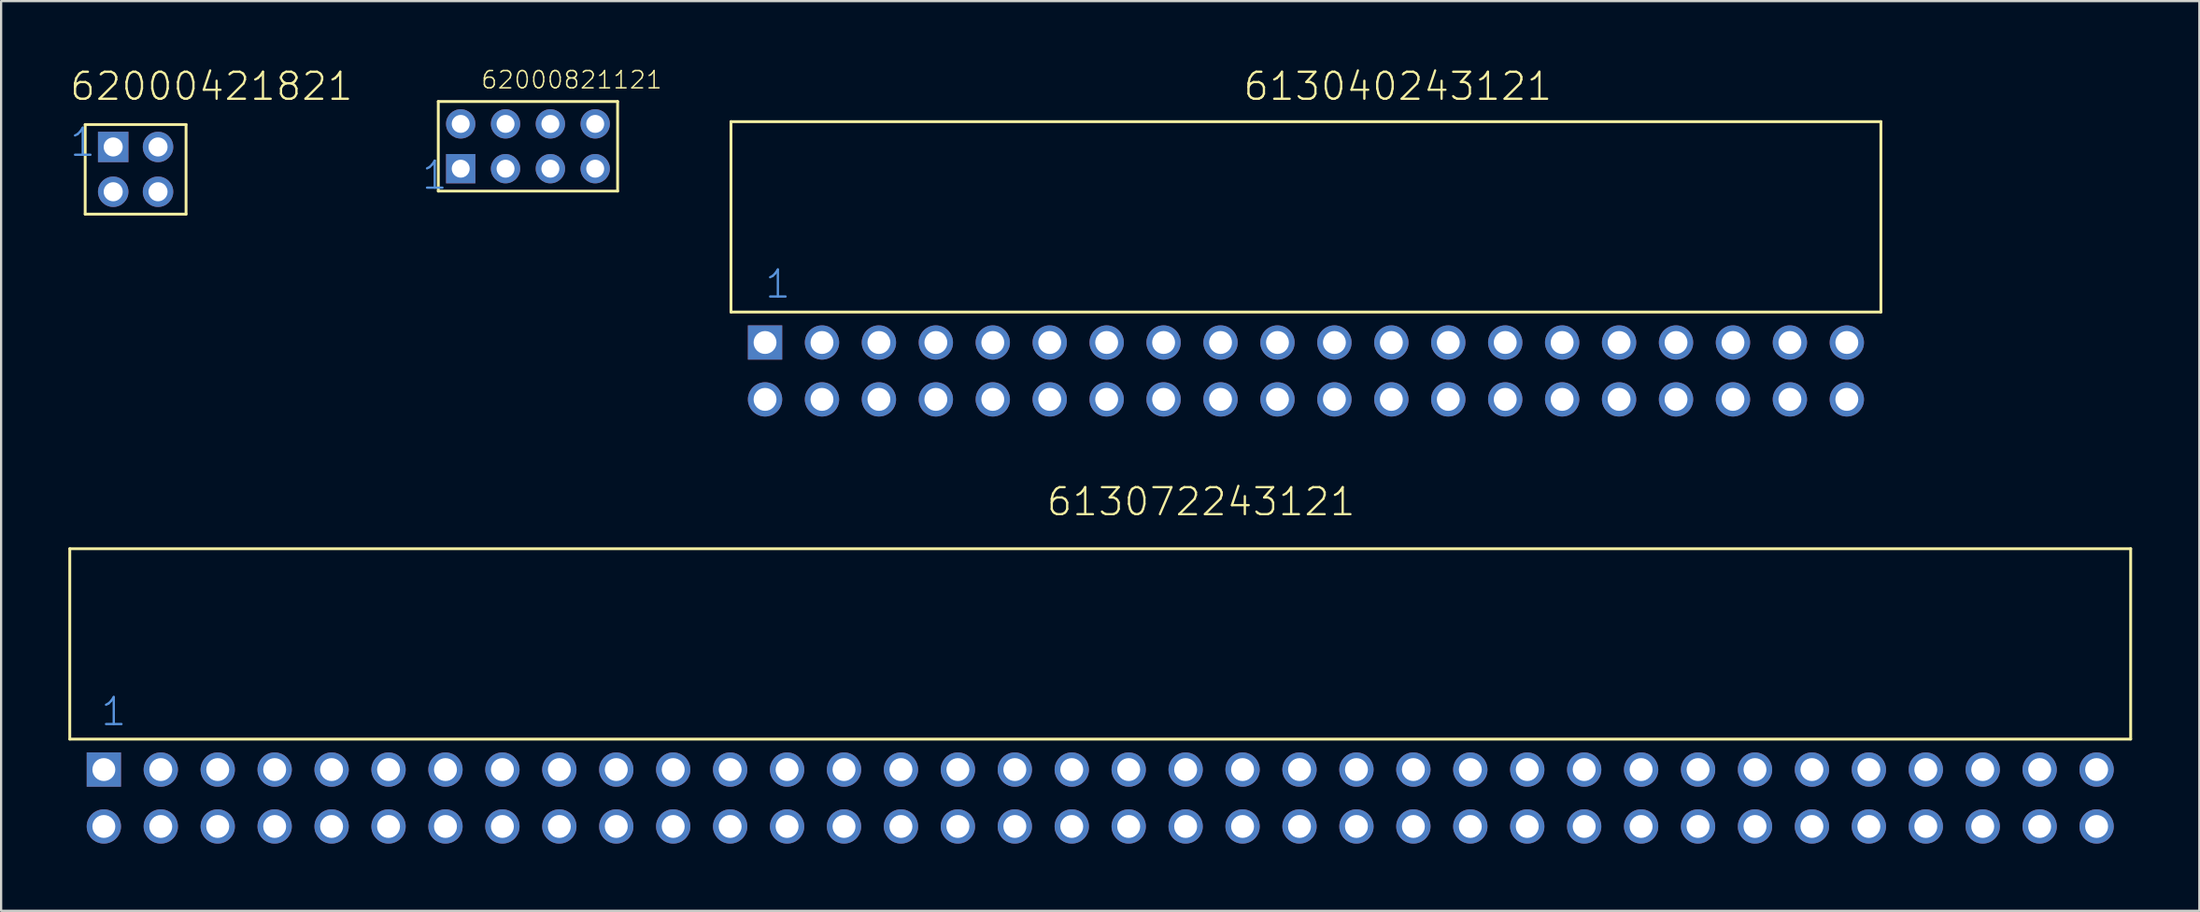
<source format=kicad_pcb>
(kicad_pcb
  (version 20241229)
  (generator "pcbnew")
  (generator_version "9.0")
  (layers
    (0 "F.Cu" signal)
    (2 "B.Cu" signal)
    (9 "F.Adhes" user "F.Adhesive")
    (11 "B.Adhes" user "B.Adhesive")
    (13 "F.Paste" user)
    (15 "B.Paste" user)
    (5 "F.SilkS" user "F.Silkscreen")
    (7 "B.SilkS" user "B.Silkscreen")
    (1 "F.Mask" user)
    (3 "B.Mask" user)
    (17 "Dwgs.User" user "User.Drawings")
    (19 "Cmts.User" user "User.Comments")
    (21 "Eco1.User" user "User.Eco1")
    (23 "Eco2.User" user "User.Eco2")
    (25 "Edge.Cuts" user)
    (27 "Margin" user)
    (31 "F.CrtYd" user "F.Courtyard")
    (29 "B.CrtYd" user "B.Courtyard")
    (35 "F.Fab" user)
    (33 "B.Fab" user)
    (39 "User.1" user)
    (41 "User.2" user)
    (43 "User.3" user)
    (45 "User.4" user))
  (footprint "613040243121"
    (layer "F.Cu")
    (at 55.21 12.241)
    (property "Reference" "613040243121" (at -2.86 -10.73 0) (layer "F.SilkS") (effects (font (size 1.206 1.206) (thickness 0.102)) (justify left bottom)))
    (attr through_hole)
    (fp_line (start -25.65 -9.86) (end -25.65 -1.36) (stroke (width 0.127) (type solid)) (layer "F.SilkS"))
    (fp_line (start -25.65 -9.86) (end 25.65 -9.86) (stroke (width 0.127) (type solid)) (layer "F.SilkS"))
    (fp_line (start -25.65 -1.36) (end 25.65 -1.36) (stroke (width 0.127) (type solid)) (layer "F.SilkS"))
    (fp_line (start 25.65 -1.36) (end 25.65 -9.86) (stroke (width 0.127) (type solid)) (layer "F.SilkS"))
    (fp_text user "1" (at -24.2 -1.9 0) (layer "Cmts.User") (effects (font (size 1.206 1.206) (thickness 0.102)) (justify left bottom)))
    (pad "1" thru_hole rect (at -24.13 0) (size 1.53 1.53) (drill 1.02) (layers "*.Cu" "*.Mask"))
    (pad "2" thru_hole circle (at -21.59 0) (size 1.53 1.53) (drill 1.02) (layers "*.Cu" "*.Mask"))
    (pad "3" thru_hole circle (at -19.05 0) (size 1.53 1.53) (drill 1.02) (layers "*.Cu" "*.Mask"))
    (pad "4" thru_hole circle (at -16.51 0) (size 1.53 1.53) (drill 1.02) (layers "*.Cu" "*.Mask"))
    (pad "5" thru_hole circle (at -13.97 0) (size 1.53 1.53) (drill 1.02) (layers "*.Cu" "*.Mask"))
    (pad "6" thru_hole circle (at -11.43 0) (size 1.53 1.53) (drill 1.02) (layers "*.Cu" "*.Mask"))
    (pad "7" thru_hole circle (at -8.89 0) (size 1.53 1.53) (drill 1.02) (layers "*.Cu" "*.Mask"))
    (pad "8" thru_hole circle (at -6.35 0) (size 1.53 1.53) (drill 1.02) (layers "*.Cu" "*.Mask"))
    (pad "9" thru_hole circle (at -3.81 0) (size 1.53 1.53) (drill 1.02) (layers "*.Cu" "*.Mask"))
    (pad "10" thru_hole circle (at -1.27 0) (size 1.53 1.53) (drill 1.02) (layers "*.Cu" "*.Mask"))
    (pad "11" thru_hole circle (at 1.27 0) (size 1.53 1.53) (drill 1.02) (layers "*.Cu" "*.Mask"))
    (pad "12" thru_hole circle (at 3.81 0) (size 1.53 1.53) (drill 1.02) (layers "*.Cu" "*.Mask"))
    (pad "13" thru_hole circle (at 6.35 0) (size 1.53 1.53) (drill 1.02) (layers "*.Cu" "*.Mask"))
    (pad "14" thru_hole circle (at 8.89 0) (size 1.53 1.53) (drill 1.02) (layers "*.Cu" "*.Mask"))
    (pad "15" thru_hole circle (at 11.43 0) (size 1.53 1.53) (drill 1.02) (layers "*.Cu" "*.Mask"))
    (pad "16" thru_hole circle (at 13.97 0) (size 1.53 1.53) (drill 1.02) (layers "*.Cu" "*.Mask"))
    (pad "17" thru_hole circle (at 16.51 0) (size 1.53 1.53) (drill 1.02) (layers "*.Cu" "*.Mask"))
    (pad "18" thru_hole circle (at 19.05 0) (size 1.53 1.53) (drill 1.02) (layers "*.Cu" "*.Mask"))
    (pad "19" thru_hole circle (at 21.59 0) (size 1.53 1.53) (drill 1.02) (layers "*.Cu" "*.Mask"))
    (pad "20" thru_hole circle (at 24.13 0) (size 1.53 1.53) (drill 1.02) (layers "*.Cu" "*.Mask"))
    (pad "21" thru_hole circle (at 24.13 2.54) (size 1.53 1.53) (drill 1.02) (layers "*.Cu" "*.Mask"))
    (pad "22" thru_hole circle (at 21.59 2.54) (size 1.53 1.53) (drill 1.02) (layers "*.Cu" "*.Mask"))
    (pad "23" thru_hole circle (at 19.05 2.54) (size 1.53 1.53) (drill 1.02) (layers "*.Cu" "*.Mask"))
    (pad "24" thru_hole circle (at 16.51 2.54) (size 1.53 1.53) (drill 1.02) (layers "*.Cu" "*.Mask"))
    (pad "25" thru_hole circle (at 13.97 2.54) (size 1.53 1.53) (drill 1.02) (layers "*.Cu" "*.Mask"))
    (pad "26" thru_hole circle (at 11.43 2.54) (size 1.53 1.53) (drill 1.02) (layers "*.Cu" "*.Mask"))
    (pad "27" thru_hole circle (at 8.89 2.54) (size 1.53 1.53) (drill 1.02) (layers "*.Cu" "*.Mask"))
    (pad "28" thru_hole circle (at 6.35 2.54) (size 1.53 1.53) (drill 1.02) (layers "*.Cu" "*.Mask"))
    (pad "29" thru_hole circle (at 3.81 2.54) (size 1.53 1.53) (drill 1.02) (layers "*.Cu" "*.Mask"))
    (pad "30" thru_hole circle (at 1.27 2.54) (size 1.53 1.53) (drill 1.02) (layers "*.Cu" "*.Mask"))
    (pad "31" thru_hole circle (at -1.27 2.54) (size 1.53 1.53) (drill 1.02) (layers "*.Cu" "*.Mask"))
    (pad "32" thru_hole circle (at -3.81 2.54) (size 1.53 1.53) (drill 1.02) (layers "*.Cu" "*.Mask"))
    (pad "33" thru_hole circle (at -6.35 2.54) (size 1.53 1.53) (drill 1.02) (layers "*.Cu" "*.Mask"))
    (pad "34" thru_hole circle (at -8.89 2.54) (size 1.53 1.53) (drill 1.02) (layers "*.Cu" "*.Mask"))
    (pad "35" thru_hole circle (at -11.43 2.54) (size 1.53 1.53) (drill 1.02) (layers "*.Cu" "*.Mask"))
    (pad "36" thru_hole circle (at -13.97 2.54) (size 1.53 1.53) (drill 1.02) (layers "*.Cu" "*.Mask"))
    (pad "37" thru_hole circle (at -16.51 2.54) (size 1.53 1.53) (drill 1.02) (layers "*.Cu" "*.Mask"))
    (pad "38" thru_hole circle (at -19.05 2.54) (size 1.53 1.53) (drill 1.02) (layers "*.Cu" "*.Mask"))
    (pad "39" thru_hole circle (at -21.59 2.54) (size 1.53 1.53) (drill 1.02) (layers "*.Cu" "*.Mask"))
    (pad "40" thru_hole circle (at -24.13 2.54) (size 1.53 1.53) (drill 1.02) (layers "*.Cu" "*.Mask")))
  (footprint "62000421821"
    (layer "F.Cu")
    (at 3 4.511)
    (property "Reference" "62000421821" (at -3 -3 0) (layer "F.SilkS") (effects (font (size 1.206 1.206) (thickness 0.102)) (justify left bottom)))
    (attr through_hole)
    (fp_line (start -2.25 -2) (end -2.25 2) (stroke (width 0.127) (type solid)) (layer "F.SilkS"))
    (fp_line (start -2.25 2) (end 2.25 2) (stroke (width 0.127) (type solid)) (layer "F.SilkS"))
    (fp_line (start 2.25 -2) (end -2.25 -2) (stroke (width 0.127) (type solid)) (layer "F.SilkS"))
    (fp_line (start 2.25 2) (end 2.25 -2) (stroke (width 0.127) (type solid)) (layer "F.SilkS"))
    (fp_text user "1" (at -3 -0.5 0) (layer "Cmts.User") (effects (font (size 1.206 1.206) (thickness 0.102)) (justify left bottom)))
    (pad "1" thru_hole rect (at -1 -1) (size 1.358 1.358) (drill 0.85) (layers "*.Cu" "*.Mask"))
    (pad "2" thru_hole circle (at 1 -1) (size 1.358 1.358) (drill 0.85) (layers "*.Cu" "*.Mask"))
    (pad "3" thru_hole circle (at 1 1) (size 1.358 1.358) (drill 0.85) (layers "*.Cu" "*.Mask"))
    (pad "4" thru_hole circle (at -1 1) (size 1.358 1.358) (drill 0.85) (layers "*.Cu" "*.Mask")))
  (footprint "62000821121"
    (layer "F.Cu")
    (at 20.503 3.481)
    (property "Reference" "62000821121" (at -2.136 -2.513 0) (layer "F.SilkS") (effects (font (size 0.772 0.772) (thickness 0.065)) (justify left bottom)))
    (attr through_hole)
    (fp_line (start -4 -2) (end -4 2) (stroke (width 0.127) (type solid)) (layer "F.SilkS"))
    (fp_line (start -4 2) (end 4 2) (stroke (width 0.127) (type solid)) (layer "F.SilkS"))
    (fp_line (start 4 -2) (end -4 -2) (stroke (width 0.127) (type solid)) (layer "F.SilkS"))
    (fp_line (start 4 2) (end 4 -2) (stroke (width 0.127) (type solid)) (layer "F.SilkS"))
    (fp_text user "1" (at -4.8 2 0) (layer "Cmts.User") (effects (font (size 1.206 1.206) (thickness 0.102)) (justify left bottom)))
    (pad "1" thru_hole rect (at -3 1) (size 1.308 1.308) (drill 0.8) (layers "*.Cu" "*.Mask"))
    (pad "2" thru_hole circle (at -1 1) (size 1.308 1.308) (drill 0.8) (layers "*.Cu" "*.Mask"))
    (pad "3" thru_hole circle (at 1 1) (size 1.308 1.308) (drill 0.8) (layers "*.Cu" "*.Mask"))
    (pad "4" thru_hole circle (at 3 1) (size 1.308 1.308) (drill 0.8) (layers "*.Cu" "*.Mask"))
    (pad "5" thru_hole circle (at 3 -1) (size 1.308 1.308) (drill 0.8) (layers "*.Cu" "*.Mask"))
    (pad "6" thru_hole circle (at 1 -1) (size 1.308 1.308) (drill 0.8) (layers "*.Cu" "*.Mask"))
    (pad "7" thru_hole circle (at -1 -1) (size 1.308 1.308) (drill 0.8) (layers "*.Cu" "*.Mask"))
    (pad "8" thru_hole circle (at -3 -1) (size 1.308 1.308) (drill 0.8) (layers "*.Cu" "*.Mask")))
  (footprint "613072243121"
    (layer "F.Cu")
    (at 46.033 31.308)
    (property "Reference" "613072243121" (at -2.46 -11.25 0) (layer "F.SilkS") (effects (font (size 1.206 1.206) (thickness 0.102)) (justify left bottom)))
    (attr through_hole)
    (fp_line (start -45.97 -9.86) (end -45.97 -1.36) (stroke (width 0.127) (type solid)) (layer "F.SilkS"))
    (fp_line (start -45.97 -9.86) (end 45.97 -9.86) (stroke (width 0.127) (type solid)) (layer "F.SilkS"))
    (fp_line (start -45.97 -1.36) (end 45.97 -1.36) (stroke (width 0.127) (type solid)) (layer "F.SilkS"))
    (fp_line (start 45.97 -1.36) (end 45.97 -9.86) (stroke (width 0.127) (type solid)) (layer "F.SilkS"))
    (fp_text user "1" (at -44.65 -1.88 0) (layer "Cmts.User") (effects (font (size 1.206 1.206) (thickness 0.102)) (justify left bottom)))
    (pad "1" thru_hole rect (at -44.45 0) (size 1.53 1.53) (drill 1.02) (layers "*.Cu" "*.Mask"))
    (pad "2" thru_hole circle (at -41.91 0) (size 1.53 1.53) (drill 1.02) (layers "*.Cu" "*.Mask"))
    (pad "3" thru_hole circle (at -39.37 0) (size 1.53 1.53) (drill 1.02) (layers "*.Cu" "*.Mask"))
    (pad "4" thru_hole circle (at -36.83 0) (size 1.53 1.53) (drill 1.02) (layers "*.Cu" "*.Mask"))
    (pad "5" thru_hole circle (at -34.29 0) (size 1.53 1.53) (drill 1.02) (layers "*.Cu" "*.Mask"))
    (pad "6" thru_hole circle (at -31.75 0) (size 1.53 1.53) (drill 1.02) (layers "*.Cu" "*.Mask"))
    (pad "7" thru_hole circle (at -29.21 0) (size 1.53 1.53) (drill 1.02) (layers "*.Cu" "*.Mask"))
    (pad "8" thru_hole circle (at -26.67 0) (size 1.53 1.53) (drill 1.02) (layers "*.Cu" "*.Mask"))
    (pad "9" thru_hole circle (at -24.13 0) (size 1.53 1.53) (drill 1.02) (layers "*.Cu" "*.Mask"))
    (pad "10" thru_hole circle (at -21.59 0) (size 1.53 1.53) (drill 1.02) (layers "*.Cu" "*.Mask"))
    (pad "11" thru_hole circle (at -19.05 0) (size 1.53 1.53) (drill 1.02) (layers "*.Cu" "*.Mask"))
    (pad "12" thru_hole circle (at -16.51 0) (size 1.53 1.53) (drill 1.02) (layers "*.Cu" "*.Mask"))
    (pad "13" thru_hole circle (at -13.97 0) (size 1.53 1.53) (drill 1.02) (layers "*.Cu" "*.Mask"))
    (pad "14" thru_hole circle (at -11.43 0) (size 1.53 1.53) (drill 1.02) (layers "*.Cu" "*.Mask"))
    (pad "15" thru_hole circle (at -8.89 0) (size 1.53 1.53) (drill 1.02) (layers "*.Cu" "*.Mask"))
    (pad "16" thru_hole circle (at -6.35 0) (size 1.53 1.53) (drill 1.02) (layers "*.Cu" "*.Mask"))
    (pad "17" thru_hole circle (at -3.81 0) (size 1.53 1.53) (drill 1.02) (layers "*.Cu" "*.Mask"))
    (pad "18" thru_hole circle (at -1.27 0) (size 1.53 1.53) (drill 1.02) (layers "*.Cu" "*.Mask"))
    (pad "19" thru_hole circle (at 1.27 0) (size 1.53 1.53) (drill 1.02) (layers "*.Cu" "*.Mask"))
    (pad "20" thru_hole circle (at 3.81 0) (size 1.53 1.53) (drill 1.02) (layers "*.Cu" "*.Mask"))
    (pad "21" thru_hole circle (at 6.35 0) (size 1.53 1.53) (drill 1.02) (layers "*.Cu" "*.Mask"))
    (pad "22" thru_hole circle (at 8.89 0) (size 1.53 1.53) (drill 1.02) (layers "*.Cu" "*.Mask"))
    (pad "23" thru_hole circle (at 11.43 0) (size 1.53 1.53) (drill 1.02) (layers "*.Cu" "*.Mask"))
    (pad "24" thru_hole circle (at 13.97 0) (size 1.53 1.53) (drill 1.02) (layers "*.Cu" "*.Mask"))
    (pad "25" thru_hole circle (at 16.51 0) (size 1.53 1.53) (drill 1.02) (layers "*.Cu" "*.Mask"))
    (pad "26" thru_hole circle (at 19.05 0) (size 1.53 1.53) (drill 1.02) (layers "*.Cu" "*.Mask"))
    (pad "27" thru_hole circle (at 21.59 0) (size 1.53 1.53) (drill 1.02) (layers "*.Cu" "*.Mask"))
    (pad "28" thru_hole circle (at 24.13 0) (size 1.53 1.53) (drill 1.02) (layers "*.Cu" "*.Mask"))
    (pad "29" thru_hole circle (at 26.67 0) (size 1.53 1.53) (drill 1.02) (layers "*.Cu" "*.Mask"))
    (pad "30" thru_hole circle (at 29.21 0) (size 1.53 1.53) (drill 1.02) (layers "*.Cu" "*.Mask"))
    (pad "31" thru_hole circle (at 31.75 0) (size 1.53 1.53) (drill 1.02) (layers "*.Cu" "*.Mask"))
    (pad "32" thru_hole circle (at 34.29 0) (size 1.53 1.53) (drill 1.02) (layers "*.Cu" "*.Mask"))
    (pad "33" thru_hole circle (at 36.83 0) (size 1.53 1.53) (drill 1.02) (layers "*.Cu" "*.Mask"))
    (pad "34" thru_hole circle (at 39.37 0) (size 1.53 1.53) (drill 1.02) (layers "*.Cu" "*.Mask"))
    (pad "35" thru_hole circle (at 41.91 0) (size 1.53 1.53) (drill 1.02) (layers "*.Cu" "*.Mask"))
    (pad "36" thru_hole circle (at 44.45 0) (size 1.53 1.53) (drill 1.02) (layers "*.Cu" "*.Mask"))
    (pad "37" thru_hole circle (at 44.45 2.54) (size 1.53 1.53) (drill 1.02) (layers "*.Cu" "*.Mask"))
    (pad "38" thru_hole circle (at 41.91 2.54) (size 1.53 1.53) (drill 1.02) (layers "*.Cu" "*.Mask"))
    (pad "39" thru_hole circle (at 39.37 2.54) (size 1.53 1.53) (drill 1.02) (layers "*.Cu" "*.Mask"))
    (pad "40" thru_hole circle (at 36.83 2.54) (size 1.53 1.53) (drill 1.02) (layers "*.Cu" "*.Mask"))
    (pad "41" thru_hole circle (at 34.29 2.54) (size 1.53 1.53) (drill 1.02) (layers "*.Cu" "*.Mask"))
    (pad "42" thru_hole circle (at 31.75 2.54) (size 1.53 1.53) (drill 1.02) (layers "*.Cu" "*.Mask"))
    (pad "43" thru_hole circle (at 29.21 2.54) (size 1.53 1.53) (drill 1.02) (layers "*.Cu" "*.Mask"))
    (pad "44" thru_hole circle (at 26.67 2.54) (size 1.53 1.53) (drill 1.02) (layers "*.Cu" "*.Mask"))
    (pad "45" thru_hole circle (at 24.13 2.54) (size 1.53 1.53) (drill 1.02) (layers "*.Cu" "*.Mask"))
    (pad "46" thru_hole circle (at 21.59 2.54) (size 1.53 1.53) (drill 1.02) (layers "*.Cu" "*.Mask"))
    (pad "47" thru_hole circle (at 19.05 2.54) (size 1.53 1.53) (drill 1.02) (layers "*.Cu" "*.Mask"))
    (pad "48" thru_hole circle (at 16.51 2.54) (size 1.53 1.53) (drill 1.02) (layers "*.Cu" "*.Mask"))
    (pad "49" thru_hole circle (at 13.97 2.54) (size 1.53 1.53) (drill 1.02) (layers "*.Cu" "*.Mask"))
    (pad "50" thru_hole circle (at 11.43 2.54) (size 1.53 1.53) (drill 1.02) (layers "*.Cu" "*.Mask"))
    (pad "51" thru_hole circle (at 8.89 2.54) (size 1.53 1.53) (drill 1.02) (layers "*.Cu" "*.Mask"))
    (pad "52" thru_hole circle (at 6.35 2.54) (size 1.53 1.53) (drill 1.02) (layers "*.Cu" "*.Mask"))
    (pad "53" thru_hole circle (at 3.81 2.54) (size 1.53 1.53) (drill 1.02) (layers "*.Cu" "*.Mask"))
    (pad "54" thru_hole circle (at 1.27 2.54) (size 1.53 1.53) (drill 1.02) (layers "*.Cu" "*.Mask"))
    (pad "55" thru_hole circle (at -1.27 2.54) (size 1.53 1.53) (drill 1.02) (layers "*.Cu" "*.Mask"))
    (pad "56" thru_hole circle (at -3.81 2.54) (size 1.53 1.53) (drill 1.02) (layers "*.Cu" "*.Mask"))
    (pad "57" thru_hole circle (at -6.35 2.54) (size 1.53 1.53) (drill 1.02) (layers "*.Cu" "*.Mask"))
    (pad "58" thru_hole circle (at -8.89 2.54) (size 1.53 1.53) (drill 1.02) (layers "*.Cu" "*.Mask"))
    (pad "59" thru_hole circle (at -11.43 2.54) (size 1.53 1.53) (drill 1.02) (layers "*.Cu" "*.Mask"))
    (pad "60" thru_hole circle (at -13.97 2.54) (size 1.53 1.53) (drill 1.02) (layers "*.Cu" "*.Mask"))
    (pad "61" thru_hole circle (at -16.51 2.54) (size 1.53 1.53) (drill 1.02) (layers "*.Cu" "*.Mask"))
    (pad "62" thru_hole circle (at -19.05 2.54) (size 1.53 1.53) (drill 1.02) (layers "*.Cu" "*.Mask"))
    (pad "63" thru_hole circle (at -21.59 2.54) (size 1.53 1.53) (drill 1.02) (layers "*.Cu" "*.Mask"))
    (pad "64" thru_hole circle (at -24.13 2.54) (size 1.53 1.53) (drill 1.02) (layers "*.Cu" "*.Mask"))
    (pad "65" thru_hole circle (at -26.67 2.54) (size 1.53 1.53) (drill 1.02) (layers "*.Cu" "*.Mask"))
    (pad "66" thru_hole circle (at -29.21 2.54) (size 1.53 1.53) (drill 1.02) (layers "*.Cu" "*.Mask"))
    (pad "67" thru_hole circle (at -31.75 2.54) (size 1.53 1.53) (drill 1.02) (layers "*.Cu" "*.Mask"))
    (pad "68" thru_hole circle (at -34.29 2.54) (size 1.53 1.53) (drill 1.02) (layers "*.Cu" "*.Mask"))
    (pad "69" thru_hole circle (at -36.83 2.54) (size 1.53 1.53) (drill 1.02) (layers "*.Cu" "*.Mask"))
    (pad "70" thru_hole circle (at -39.37 2.54) (size 1.53 1.53) (drill 1.02) (layers "*.Cu" "*.Mask"))
    (pad "71" thru_hole circle (at -41.91 2.54) (size 1.53 1.53) (drill 1.02) (layers "*.Cu" "*.Mask"))
    (pad "72" thru_hole circle (at -44.45 2.54) (size 1.53 1.53) (drill 1.02) (layers "*.Cu" "*.Mask")))
  (gr_rect
    (start -3 -3)
    (end 95.067 37.613)
    (stroke (width 0.1) (type default))
    (fill no)
    (layer "Edge.Cuts")))
</source>
